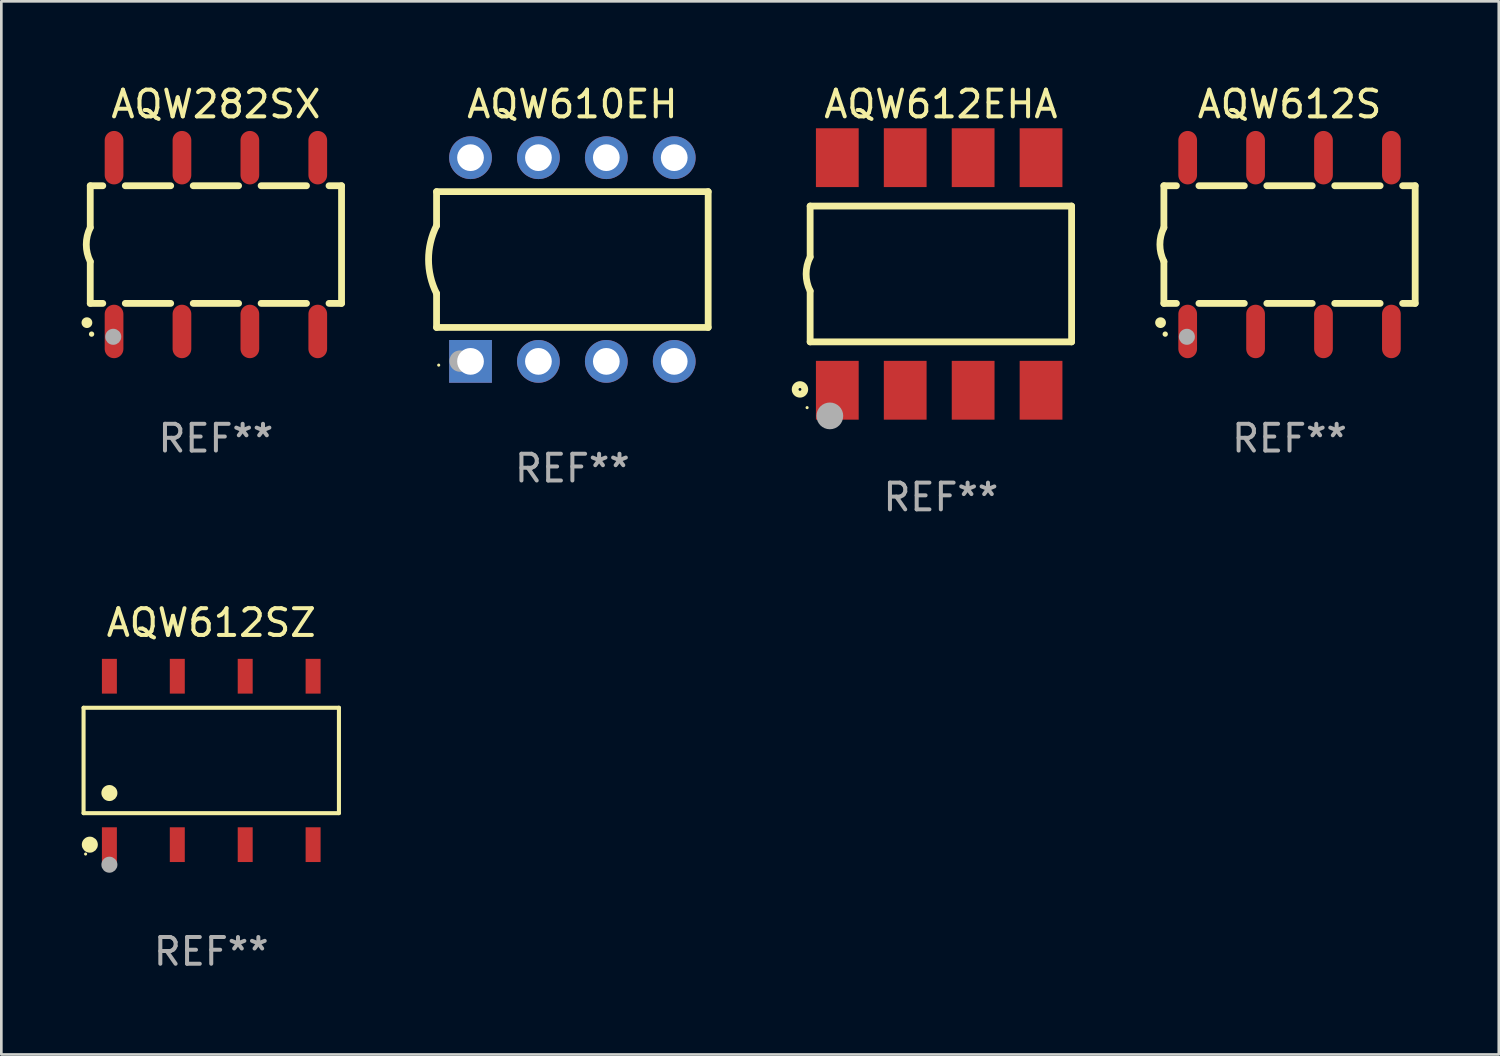
<source format=kicad_pcb>
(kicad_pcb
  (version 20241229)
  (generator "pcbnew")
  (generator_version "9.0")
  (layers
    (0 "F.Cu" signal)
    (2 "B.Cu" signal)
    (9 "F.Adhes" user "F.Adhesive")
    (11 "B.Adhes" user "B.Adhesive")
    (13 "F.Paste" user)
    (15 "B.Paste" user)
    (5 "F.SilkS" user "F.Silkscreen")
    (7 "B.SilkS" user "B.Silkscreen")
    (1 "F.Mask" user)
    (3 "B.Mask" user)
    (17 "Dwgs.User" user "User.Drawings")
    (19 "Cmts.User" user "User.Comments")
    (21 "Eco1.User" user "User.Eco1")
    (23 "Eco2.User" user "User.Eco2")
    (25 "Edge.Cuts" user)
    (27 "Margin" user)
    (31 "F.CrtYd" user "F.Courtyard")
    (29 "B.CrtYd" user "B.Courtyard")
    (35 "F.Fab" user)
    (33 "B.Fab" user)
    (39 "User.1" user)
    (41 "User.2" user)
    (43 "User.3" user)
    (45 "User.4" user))
  (footprint "AQW612S"
    (layer "F.Cu")
    (at 45.186 6.098)
    (property "Reference" "AQW612S" (at 0 -5.25 0) (layer "F.SilkS") (effects (font (size 1 1) (thickness 0.15))))
    (attr through_hole)
    (fp_line (start -4.7 -2.2) (end -4.7 -0.635) (stroke (width 0.254) (type solid)) (layer "F.SilkS"))
    (fp_line (start -4.7 -2.2) (end -4.231 -2.2) (stroke (width 0.254) (type solid)) (layer "F.SilkS"))
    (fp_line (start -4.7 2.2) (end -4.7 0.635) (stroke (width 0.254) (type solid)) (layer "F.SilkS"))
    (fp_line (start -4.7 2.2) (end -4.231 2.2) (stroke (width 0.254) (type solid)) (layer "F.SilkS"))
    (fp_line (start -3.389 -2.2) (end -1.691 -2.2) (stroke (width 0.254) (type solid)) (layer "F.SilkS"))
    (fp_line (start -3.389 2.2) (end -1.691 2.2) (stroke (width 0.254) (type solid)) (layer "F.SilkS"))
    (fp_line (start -0.849 -2.2) (end 0.849 -2.2) (stroke (width 0.254) (type solid)) (layer "F.SilkS"))
    (fp_line (start -0.849 2.2) (end 0.849 2.2) (stroke (width 0.254) (type solid)) (layer "F.SilkS"))
    (fp_line (start 1.691 -2.2) (end 3.389 -2.2) (stroke (width 0.254) (type solid)) (layer "F.SilkS"))
    (fp_line (start 1.691 2.2) (end 3.389 2.2) (stroke (width 0.254) (type solid)) (layer "F.SilkS"))
    (fp_line (start 4.231 -2.2) (end 4.7 -2.2) (stroke (width 0.254) (type solid)) (layer "F.SilkS"))
    (fp_line (start 4.231 2.2) (end 4.7 2.2) (stroke (width 0.254) (type solid)) (layer "F.SilkS"))
    (fp_line (start 4.7 -2.2) (end 4.7 2.2) (stroke (width 0.254) (type solid)) (layer "F.SilkS"))
    (fp_arc (start -4.82601 2.921006) (mid -4.82474 2.921002) (end -4.82347 2.921006) (stroke (width 0.4) (type solid)) (layer "F.SilkS"))
    (fp_arc (start -4.699009 0.635001) (mid -4.849248 0.000117) (end -4.7 -0.635001) (stroke (width 0.254001) (type solid)) (layer "F.SilkS"))
    (fp_circle (center -4.65 3.35) (end -4.6 3.35) (stroke (width 0.1) (type solid)) (fill no) (layer "F.SilkS"))
    (fp_circle (center -3.84 3.45) (end -3.69 3.45) (stroke (width 0.3) (type solid)) (fill no) (layer "F.Fab"))
    (fp_text user "REF**" (at 0 7.25 0) (layer "F.Fab") (effects (font (size 1 1) (thickness 0.15))))
    (pad "1" smd oval (at -3.81 3.25 180) (size 0.7 2) (layers "F.Cu" "F.Mask" "F.Paste"))
    (pad "2" smd oval (at -1.27 3.25 180) (size 0.7 2) (layers "F.Cu" "F.Mask" "F.Paste"))
    (pad "3" smd oval (at 1.27 3.25 180) (size 0.7 2) (layers "F.Cu" "F.Mask" "F.Paste"))
    (pad "4" smd oval (at 3.81 3.25 180) (size 0.7 2) (layers "F.Cu" "F.Mask" "F.Paste"))
    (pad "5" smd oval (at 3.81 -3.25 180) (size 0.7 2) (layers "F.Cu" "F.Mask" "F.Paste"))
    (pad "6" smd oval (at 1.27 -3.25 180) (size 0.7 2) (layers "F.Cu" "F.Mask" "F.Paste"))
    (pad "7" smd oval (at -1.27 -3.25 180) (size 0.7 2) (layers "F.Cu" "F.Mask" "F.Paste"))
    (pad "8" smd oval (at -3.81 -3.25 180) (size 0.7 2) (layers "F.Cu" "F.Mask" "F.Paste")))
  (footprint "AQW282SX"
    (layer "F.Cu")
    (at 5.026 6.098)
    (property "Reference" "AQW282SX" (at 0 -5.25 0) (layer "F.SilkS") (effects (font (size 1 1) (thickness 0.15))))
    (attr through_hole)
    (fp_line (start -4.7 -2.2) (end -4.7 -0.635) (stroke (width 0.254) (type solid)) (layer "F.SilkS"))
    (fp_line (start -4.7 -2.2) (end -4.231 -2.2) (stroke (width 0.254) (type solid)) (layer "F.SilkS"))
    (fp_line (start -4.7 2.2) (end -4.7 0.635) (stroke (width 0.254) (type solid)) (layer "F.SilkS"))
    (fp_line (start -4.7 2.2) (end -4.231 2.2) (stroke (width 0.254) (type solid)) (layer "F.SilkS"))
    (fp_line (start -3.389 -2.2) (end -1.691 -2.2) (stroke (width 0.254) (type solid)) (layer "F.SilkS"))
    (fp_line (start -3.389 2.2) (end -1.691 2.2) (stroke (width 0.254) (type solid)) (layer "F.SilkS"))
    (fp_line (start -0.849 -2.2) (end 0.849 -2.2) (stroke (width 0.254) (type solid)) (layer "F.SilkS"))
    (fp_line (start -0.849 2.2) (end 0.849 2.2) (stroke (width 0.254) (type solid)) (layer "F.SilkS"))
    (fp_line (start 1.691 -2.2) (end 3.389 -2.2) (stroke (width 0.254) (type solid)) (layer "F.SilkS"))
    (fp_line (start 1.691 2.2) (end 3.389 2.2) (stroke (width 0.254) (type solid)) (layer "F.SilkS"))
    (fp_line (start 4.231 -2.2) (end 4.7 -2.2) (stroke (width 0.254) (type solid)) (layer "F.SilkS"))
    (fp_line (start 4.231 2.2) (end 4.7 2.2) (stroke (width 0.254) (type solid)) (layer "F.SilkS"))
    (fp_line (start 4.7 -2.2) (end 4.7 2.2) (stroke (width 0.254) (type solid)) (layer "F.SilkS"))
    (fp_arc (start -4.82601 2.921006) (mid -4.82474 2.921002) (end -4.82347 2.921006) (stroke (width 0.4) (type solid)) (layer "F.SilkS"))
    (fp_arc (start -4.699009 0.635001) (mid -4.849248 0.000117) (end -4.7 -0.635001) (stroke (width 0.254001) (type solid)) (layer "F.SilkS"))
    (fp_circle (center -4.65 3.35) (end -4.6 3.35) (stroke (width 0.1) (type solid)) (fill no) (layer "F.SilkS"))
    (fp_circle (center -3.84 3.45) (end -3.69 3.45) (stroke (width 0.3) (type solid)) (fill no) (layer "F.Fab"))
    (fp_text user "REF**" (at 0 7.25 0) (layer "F.Fab") (effects (font (size 1 1) (thickness 0.15))))
    (pad "1" smd oval (at -3.81 3.25 180) (size 0.7 2) (layers "F.Cu" "F.Mask" "F.Paste"))
    (pad "2" smd oval (at -1.27 3.25 180) (size 0.7 2) (layers "F.Cu" "F.Mask" "F.Paste"))
    (pad "3" smd oval (at 1.27 3.25 180) (size 0.7 2) (layers "F.Cu" "F.Mask" "F.Paste"))
    (pad "4" smd oval (at 3.81 3.25 180) (size 0.7 2) (layers "F.Cu" "F.Mask" "F.Paste"))
    (pad "5" smd oval (at 3.81 -3.25 180) (size 0.7 2) (layers "F.Cu" "F.Mask" "F.Paste"))
    (pad "6" smd oval (at 1.27 -3.25 180) (size 0.7 2) (layers "F.Cu" "F.Mask" "F.Paste"))
    (pad "7" smd oval (at -1.27 -3.25 180) (size 0.7 2) (layers "F.Cu" "F.Mask" "F.Paste"))
    (pad "8" smd oval (at -3.81 -3.25 180) (size 0.7 2) (layers "F.Cu" "F.Mask" "F.Paste")))
  (footprint "AQW612EHA"
    (layer "F.Cu")
    (at 32.144 7.198)
    (property "Reference" "AQW612EHA" (at 0 -6.35 0) (layer "F.SilkS") (effects (font (size 1 1) (thickness 0.15))))
    (attr through_hole)
    (fp_line (start -4.89 -2.54) (end 4.89 -2.54) (stroke (width 0.254) (type solid)) (layer "F.SilkS"))
    (fp_line (start -4.89 -0.635) (end -4.89 -2.54) (stroke (width 0.254) (type solid)) (layer "F.SilkS"))
    (fp_line (start -4.89 2.54) (end -4.89 0.635) (stroke (width 0.254) (type solid)) (layer "F.SilkS"))
    (fp_line (start 4.89 -2.54) (end 4.89 2.54) (stroke (width 0.254) (type solid)) (layer "F.SilkS"))
    (fp_line (start 4.89 2.54) (end -4.89 2.54) (stroke (width 0.254) (type solid)) (layer "F.SilkS"))
    (fp_arc (start -4.890119 0.635129) (mid -5.039815 0.000056) (end -4.88951 -0.634874) (stroke (width 0.254001) (type solid)) (layer "F.SilkS"))
    (fp_circle (center -5.271 4.318) (end -5.091 4.318) (stroke (width 0.254) (type solid)) (fill no) (layer "F.SilkS"))
    (fp_circle (center -5.004 5) (end -4.974 5) (stroke (width 0.06) (type solid)) (fill no) (layer "F.SilkS"))
    (fp_circle (center -4.153 5.309) (end -3.903 5.309) (stroke (width 0.5) (type solid)) (fill no) (layer "F.Fab"))
    (fp_text user "REF**" (at 0 8.35 0) (layer "F.Fab") (effects (font (size 1 1) (thickness 0.15))))
    (pad "1" smd rect (at -3.874 4.35) (size 1.6 2.2) (layers "F.Cu" "F.Mask" "F.Paste"))
    (pad "2" smd rect (at -1.334 4.35) (size 1.6 2.2) (layers "F.Cu" "F.Mask" "F.Paste"))
    (pad "3" smd rect (at 1.207 4.35) (size 1.6 2.2) (layers "F.Cu" "F.Mask" "F.Paste"))
    (pad "4" smd rect (at 3.747 4.35) (size 1.6 2.2) (layers "F.Cu" "F.Mask" "F.Paste"))
    (pad "5" smd rect (at 3.747 -4.35) (size 1.6 2.2) (layers "F.Cu" "F.Mask" "F.Paste"))
    (pad "6" smd rect (at 1.207 -4.35) (size 1.6 2.2) (layers "F.Cu" "F.Mask" "F.Paste"))
    (pad "7" smd rect (at -1.334 -4.35) (size 1.6 2.2) (layers "F.Cu" "F.Mask" "F.Paste"))
    (pad "8" smd rect (at -3.874 -4.35) (size 1.6 2.2) (layers "F.Cu" "F.Mask" "F.Paste")))
  (footprint "AQW612SZ"
    (layer "F.Cu")
    (at 4.852 25.395)
    (property "Reference" "AQW612SZ" (at 0 -5.15 0) (layer "F.SilkS") (effects (font (size 1 1) (thickness 0.15))))
    (attr through_hole)
    (fp_line (start -4.776 -1.971) (end 4.776 -1.971) (stroke (width 0.152) (type solid)) (layer "F.SilkS"))
    (fp_line (start -4.776 1.971) (end -4.776 -1.971) (stroke (width 0.152) (type solid)) (layer "F.SilkS"))
    (fp_line (start 4.776 -1.971) (end 4.776 1.971) (stroke (width 0.152) (type solid)) (layer "F.SilkS"))
    (fp_line (start 4.776 1.971) (end -4.776 1.971) (stroke (width 0.152) (type solid)) (layer "F.SilkS"))
    (fp_circle (center -4.7 3.5) (end -4.67 3.5) (stroke (width 0.06) (type solid)) (fill no) (layer "F.SilkS"))
    (fp_circle (center -4.542 3.15) (end -4.392 3.15) (stroke (width 0.3) (type solid)) (fill no) (layer "F.SilkS"))
    (fp_circle (center -3.81 1.219) (end -3.66 1.219) (stroke (width 0.3) (type solid)) (fill no) (layer "F.SilkS"))
    (fp_circle (center -3.81 3.9) (end -3.66 3.9) (stroke (width 0.3) (type solid)) (fill no) (layer "F.Fab"))
    (fp_text user "REF**" (at 0 7.15 0) (layer "F.Fab") (effects (font (size 1 1) (thickness 0.15))))
    (pad "1" smd rect (at -3.81 3.15) (size 0.56 1.3) (layers "F.Cu" "F.Mask" "F.Paste"))
    (pad "2" smd rect (at -1.27 3.15) (size 0.56 1.3) (layers "F.Cu" "F.Mask" "F.Paste"))
    (pad "3" smd rect (at 1.27 3.15) (size 0.56 1.3) (layers "F.Cu" "F.Mask" "F.Paste"))
    (pad "4" smd rect (at 3.81 3.15) (size 0.56 1.3) (layers "F.Cu" "F.Mask" "F.Paste"))
    (pad "5" smd rect (at 3.81 -3.15) (size 0.56 1.3) (layers "F.Cu" "F.Mask" "F.Paste"))
    (pad "6" smd rect (at 1.27 -3.15) (size 0.56 1.3) (layers "F.Cu" "F.Mask" "F.Paste"))
    (pad "7" smd rect (at -1.27 -3.15) (size 0.56 1.3) (layers "F.Cu" "F.Mask" "F.Paste"))
    (pad "8" smd rect (at -3.81 -3.15) (size 0.56 1.3) (layers "F.Cu" "F.Mask" "F.Paste")))
  (footprint "AQW610EH"
    (layer "F.Cu")
    (at 18.36 6.658)
    (property "Reference" "AQW610EH" (at 0 -5.81 0) (layer "F.SilkS") (effects (font (size 1 1) (thickness 0.15))))
    (attr through_hole)
    (fp_line (start -5.08 -1.27) (end -5.08 -2.54) (stroke (width 0.254) (type solid)) (layer "F.SilkS"))
    (fp_line (start -5.08 2.54) (end -5.08 1.27) (stroke (width 0.254) (type solid)) (layer "F.SilkS"))
    (fp_line (start 5.08 -2.54) (end -5.08 -2.54) (stroke (width 0.254) (type solid)) (layer "F.SilkS"))
    (fp_line (start 5.08 2.54) (end -5.08 2.54) (stroke (width 0.254) (type solid)) (layer "F.SilkS"))
    (fp_line (start 5.08 2.54) (end 5.08 -2.54) (stroke (width 0.254) (type solid)) (layer "F.SilkS"))
    (fp_arc (start -5.080011 1.270002) (mid -5.379818 -0.000001) (end -5.08001 -1.270003) (stroke (width 0.254001) (type solid)) (layer "F.SilkS"))
    (fp_circle (center -5 3.95) (end -4.97 3.95) (stroke (width 0.06) (type solid)) (fill no) (layer "F.SilkS"))
    (fp_circle (center -4.2 3.8) (end -4 3.8) (stroke (width 0.4) (type solid)) (fill no) (layer "F.Fab"))
    (fp_text user "REF**" (at 0 7.81 0) (layer "F.Fab") (effects (font (size 1 1) (thickness 0.15))))
    (pad "1" thru_hole rect (at -3.81 3.81) (size 1.6 1.6) (drill 1) (layers "*.Cu" "*.Mask"))
    (pad "2" thru_hole circle (at -1.27 3.81) (size 1.6 1.6) (drill 1) (layers "*.Cu" "*.Mask"))
    (pad "3" thru_hole circle (at 1.27 3.81) (size 1.6 1.6) (drill 1) (layers "*.Cu" "*.Mask"))
    (pad "4" thru_hole circle (at 3.81 3.81) (size 1.6 1.6) (drill 1) (layers "*.Cu" "*.Mask"))
    (pad "5" thru_hole circle (at 3.81 -3.81) (size 1.6 1.6) (drill 1) (layers "*.Cu" "*.Mask"))
    (pad "6" thru_hole circle (at 1.27 -3.81) (size 1.6 1.6) (drill 1) (layers "*.Cu" "*.Mask"))
    (pad "7" thru_hole circle (at -1.27 -3.81) (size 1.6 1.6) (drill 1) (layers "*.Cu" "*.Mask"))
    (pad "8" thru_hole circle (at -3.81 -3.81) (size 1.6 1.6) (drill 1) (layers "*.Cu" "*.Mask")))
  (gr_rect
    (start -3 -3)
    (end 53.013 36.393)
    (stroke (width 0.1) (type default))
    (fill no)
    (layer "Edge.Cuts")))
</source>
